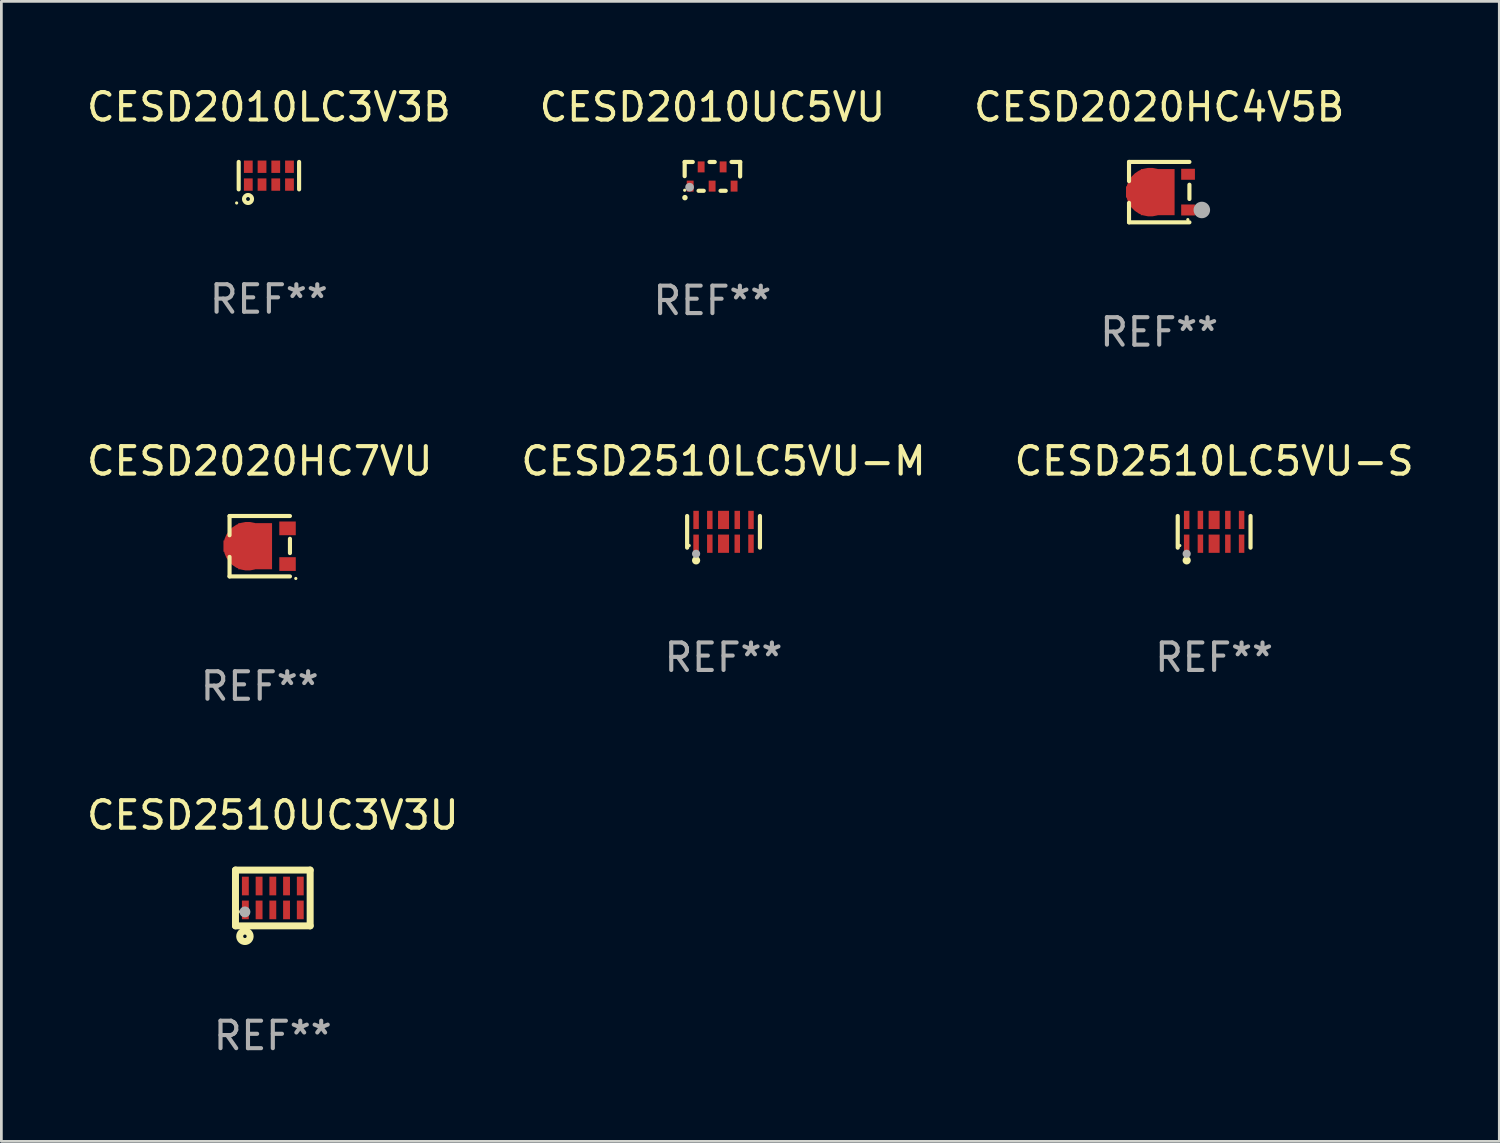
<source format=kicad_pcb>
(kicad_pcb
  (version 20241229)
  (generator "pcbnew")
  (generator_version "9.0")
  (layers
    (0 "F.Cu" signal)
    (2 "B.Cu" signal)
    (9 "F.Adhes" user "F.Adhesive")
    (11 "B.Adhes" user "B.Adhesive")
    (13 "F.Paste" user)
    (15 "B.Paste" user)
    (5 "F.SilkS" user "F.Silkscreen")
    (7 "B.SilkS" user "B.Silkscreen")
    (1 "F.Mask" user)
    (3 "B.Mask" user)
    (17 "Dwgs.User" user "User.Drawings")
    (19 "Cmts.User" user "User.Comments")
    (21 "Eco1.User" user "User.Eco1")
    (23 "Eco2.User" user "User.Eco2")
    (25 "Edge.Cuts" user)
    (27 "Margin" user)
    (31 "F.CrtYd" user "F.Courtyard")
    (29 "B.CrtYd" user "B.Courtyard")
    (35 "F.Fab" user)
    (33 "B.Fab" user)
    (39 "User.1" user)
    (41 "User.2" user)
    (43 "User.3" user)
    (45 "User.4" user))
  (footprint "CESD2020HC7VU"
    (layer "F.Cu")
    (at 6.411 16.845)
    (property "Reference" "CESD2020HC7VU" (at 0 -3.1 0) (layer "F.SilkS") (effects (font (size 1 1) (thickness 0.15))))
    (attr through_hole)
    (fp_line (start -1.1 -1.1) (end -1.1 -0.4) (stroke (width 0.15) (type solid)) (layer "F.SilkS"))
    (fp_line (start -1.1 -1.1) (end 1.1 -1.1) (stroke (width 0.15) (type solid)) (layer "F.SilkS"))
    (fp_line (start -1.1 1.1) (end -1.1 0.39) (stroke (width 0.15) (type solid)) (layer "F.SilkS"))
    (fp_line (start 1.1 -0.27) (end 1.1 0.25) (stroke (width 0.15) (type solid)) (layer "F.SilkS"))
    (fp_line (start 1.1 1.1) (end -1.1 1.1) (stroke (width 0.15) (type solid)) (layer "F.SilkS"))
    (fp_circle (center 1.313 1.175) (end 1.343 1.175) (stroke (width 0.06) (type solid)) (fill no) (layer "F.SilkS"))
    (fp_text user "REF**" (at 0 5.1 0) (layer "F.Fab") (effects (font (size 1 1) (thickness 0.15))))
    (pad "1" smd rect (at 1.012 0.65) (size 0.6 0.5) (layers "F.Cu" "F.Mask" "F.Paste"))
    (pad "2" smd rect (at 1.012 -0.65) (size 0.6 0.5) (layers "F.Cu" "F.Mask" "F.Paste"))
    (pad "3" smd custom (at -0.437 0) (size 1.77 1.68) (layers "F.Cu" "F.Mask" "F.Paste") (options (anchor circle)) (primitives (gr_poly (pts (xy -0.885 -0.21) (xy -0.345 -0.21) (xy -0.345 -0.84) (xy 0.885 -0.84) (xy 0.885 0.84) (xy -0.345 0.84) (xy -0.345 0.2) (xy -0.885 0.2) (xy -0.885 -0.21)) (width 0) (fill yes)))))
  (footprint "CESD2510LC5VU-M"
    (layer "F.Cu")
    (at 23.304 16.321)
    (property "Reference" "CESD2510LC5VU-M" (at 0 -2.576 0) (layer "F.SilkS") (effects (font (size 1 1) (thickness 0.15))))
    (attr through_hole)
    (fp_line (start -1.326 0.576) (end -1.326 -0.576) (stroke (width 0.152) (type solid)) (layer "F.SilkS"))
    (fp_line (start 1.326 0.576) (end 1.326 -0.576) (stroke (width 0.152) (type solid)) (layer "F.SilkS"))
    (fp_circle (center -1.25 0.5) (end -1.22 0.5) (stroke (width 0.06) (type solid)) (fill no) (layer "F.SilkS"))
    (fp_circle (center -1 1.04) (end -0.925 1.04) (stroke (width 0.15) (type solid)) (fill no) (layer "F.SilkS"))
    (fp_circle (center -1 0.8) (end -0.925 0.8) (stroke (width 0.15) (type solid)) (fill no) (layer "F.Fab"))
    (fp_text user "REF**" (at 0 4.576 0) (layer "F.Fab") (effects (font (size 1 1) (thickness 0.15))))
    (pad "1" smd rect (at -1 0.433) (size 0.2 0.665) (layers "F.Cu" "F.Mask" "F.Paste"))
    (pad "2" smd rect (at -0.5 0.433) (size 0.2 0.665) (layers "F.Cu" "F.Mask" "F.Paste"))
    (pad "3" smd rect (at 0 0.433) (size 0.4 0.665) (layers "F.Cu" "F.Mask" "F.Paste"))
    (pad "4" smd rect (at 0.5 0.433) (size 0.2 0.665) (layers "F.Cu" "F.Mask" "F.Paste"))
    (pad "5" smd rect (at 1 0.433) (size 0.2 0.665) (layers "F.Cu" "F.Mask" "F.Paste"))
    (pad "6" smd rect (at 1 -0.433) (size 0.2 0.665) (layers "F.Cu" "F.Mask" "F.Paste"))
    (pad "7" smd rect (at 0.5 -0.433) (size 0.2 0.665) (layers "F.Cu" "F.Mask" "F.Paste"))
    (pad "8" smd rect (at 0 -0.433) (size 0.4 0.665) (layers "F.Cu" "F.Mask" "F.Paste"))
    (pad "9" smd rect (at -0.5 -0.433) (size 0.2 0.665) (layers "F.Cu" "F.Mask" "F.Paste"))
    (pad "10" smd rect (at -1 -0.433) (size 0.2 0.665) (layers "F.Cu" "F.Mask" "F.Paste")))
  (footprint "CESD2510LC5VU-S"
    (layer "F.Cu")
    (at 41.173 16.321)
    (property "Reference" "CESD2510LC5VU-S" (at 0 -2.576 0) (layer "F.SilkS") (effects (font (size 1 1) (thickness 0.15))))
    (attr through_hole)
    (fp_line (start -1.326 0.576) (end -1.326 -0.576) (stroke (width 0.152) (type solid)) (layer "F.SilkS"))
    (fp_line (start 1.326 0.576) (end 1.326 -0.576) (stroke (width 0.152) (type solid)) (layer "F.SilkS"))
    (fp_circle (center -1.25 0.5) (end -1.22 0.5) (stroke (width 0.06) (type solid)) (fill no) (layer "F.SilkS"))
    (fp_circle (center -1 1.04) (end -0.925 1.04) (stroke (width 0.15) (type solid)) (fill no) (layer "F.SilkS"))
    (fp_circle (center -1 0.8) (end -0.925 0.8) (stroke (width 0.15) (type solid)) (fill no) (layer "F.Fab"))
    (fp_text user "REF**" (at 0 4.576 0) (layer "F.Fab") (effects (font (size 1 1) (thickness 0.15))))
    (pad "1" smd rect (at -1 0.433) (size 0.2 0.665) (layers "F.Cu" "F.Mask" "F.Paste"))
    (pad "2" smd rect (at -0.5 0.433) (size 0.2 0.665) (layers "F.Cu" "F.Mask" "F.Paste"))
    (pad "3" smd rect (at 0 0.433) (size 0.4 0.665) (layers "F.Cu" "F.Mask" "F.Paste"))
    (pad "4" smd rect (at 0.5 0.433) (size 0.2 0.665) (layers "F.Cu" "F.Mask" "F.Paste"))
    (pad "5" smd rect (at 1 0.433) (size 0.2 0.665) (layers "F.Cu" "F.Mask" "F.Paste"))
    (pad "6" smd rect (at 1 -0.433) (size 0.2 0.665) (layers "F.Cu" "F.Mask" "F.Paste"))
    (pad "7" smd rect (at 0.5 -0.433) (size 0.2 0.665) (layers "F.Cu" "F.Mask" "F.Paste"))
    (pad "8" smd rect (at 0 -0.433) (size 0.4 0.665) (layers "F.Cu" "F.Mask" "F.Paste"))
    (pad "9" smd rect (at -0.5 -0.433) (size 0.2 0.665) (layers "F.Cu" "F.Mask" "F.Paste"))
    (pad "10" smd rect (at -1 -0.433) (size 0.2 0.665) (layers "F.Cu" "F.Mask" "F.Paste")))
  (footprint "CESD2510UC3V3U"
    (layer "F.Cu")
    (at 6.887 29.657)
    (property "Reference" "CESD2510UC3V3U" (at 0 -3.016 0) (layer "F.SilkS") (effects (font (size 1 1) (thickness 0.15))))
    (attr through_hole)
    (fp_line (start -1.36 1.016) (end 1.36 1.016) (stroke (width 0.254) (type solid)) (layer "F.SilkS"))
    (fp_line (start -1.36 -1.016) (end -1.36 1.016) (stroke (width 0.254) (type solid)) (layer "F.SilkS"))
    (fp_line (start -1.36 -1.016) (end 1.36 -1.016) (stroke (width 0.254) (type solid)) (layer "F.SilkS"))
    (fp_line (start 1.36 -1.016) (end 1.36 1.016) (stroke (width 0.254) (type solid)) (layer "F.SilkS"))
    (fp_circle (center -1.25 0.5) (end -1.22 0.5) (stroke (width 0.06) (type solid)) (fill no) (layer "F.SilkS"))
    (fp_circle (center -1.016 1.397) (end -0.953 1.397) (stroke (width 0.254) (type solid)) (fill no) (layer "F.SilkS"))
    (fp_circle (center -1.016 0.508) (end -0.916 0.508) (stroke (width 0.2) (type solid)) (fill no) (layer "F.Fab"))
    (fp_text user "REF**" (at 0 5.016 0) (layer "F.Fab") (effects (font (size 1 1) (thickness 0.15))))
    (pad "1" smd rect (at -1 0.435) (size 0.25 0.68) (layers "F.Cu" "F.Mask" "F.Paste"))
    (pad "2" smd rect (at -0.5 0.435) (size 0.25 0.68) (layers "F.Cu" "F.Mask" "F.Paste"))
    (pad "3" smd rect (at 0 0.435) (size 0.25 0.68) (layers "F.Cu" "F.Mask" "F.Paste"))
    (pad "4" smd rect (at 0.5 0.435) (size 0.25 0.68) (layers "F.Cu" "F.Mask" "F.Paste"))
    (pad "5" smd rect (at 1 0.435) (size 0.25 0.68) (layers "F.Cu" "F.Mask" "F.Paste"))
    (pad "6" smd rect (at 1 -0.435) (size 0.25 0.68) (layers "F.Cu" "F.Mask" "F.Paste"))
    (pad "7" smd rect (at 0.5 -0.435) (size 0.25 0.68) (layers "F.Cu" "F.Mask" "F.Paste"))
    (pad "8" smd rect (at 0 -0.435) (size 0.25 0.68) (layers "F.Cu" "F.Mask" "F.Paste"))
    (pad "9" smd rect (at -0.5 -0.435) (size 0.25 0.68) (layers "F.Cu" "F.Mask" "F.Paste"))
    (pad "10" smd rect (at -1 -0.435) (size 0.25 0.68) (layers "F.Cu" "F.Mask" "F.Paste")))
  (footprint "CESD2020HC4V5B"
    (layer "F.Cu")
    (at 39.173 3.948)
    (property "Reference" "CESD2020HC4V5B" (at 0 -3.1 0) (layer "F.SilkS") (effects (font (size 1 1) (thickness 0.15))))
    (attr through_hole)
    (fp_line (start -1.1 -1.1) (end -1.1 -0.4) (stroke (width 0.15) (type solid)) (layer "F.SilkS"))
    (fp_line (start -1.1 -1.1) (end 1.1 -1.1) (stroke (width 0.15) (type solid)) (layer "F.SilkS"))
    (fp_line (start -1.1 1.1) (end -1.1 0.39) (stroke (width 0.15) (type solid)) (layer "F.SilkS"))
    (fp_line (start 1.1 -0.27) (end 1.1 0.25) (stroke (width 0.15) (type solid)) (layer "F.SilkS"))
    (fp_line (start 1.1 1.1) (end -1.1 1.1) (stroke (width 0.15) (type solid)) (layer "F.SilkS"))
    (fp_circle (center 1.042 1) (end 1.072 1) (stroke (width 0.06) (type solid)) (fill no) (layer "F.SilkS"))
    (fp_circle (center 1.552 0.65) (end 1.703 0.65) (stroke (width 0.3) (type solid)) (fill no) (layer "F.Fab"))
    (fp_text user "REF**" (at 0 5.1 0) (layer "F.Fab") (effects (font (size 1 1) (thickness 0.15))))
    (pad "1" smd rect (at 1.05 0.65) (size 0.5 0.4) (layers "F.Cu" "F.Mask" "F.Paste"))
    (pad "2" smd rect (at 1.05 -0.65) (size 0.5 0.4) (layers "F.Cu" "F.Mask" "F.Paste"))
    (pad "3" smd custom (at -0.325 0) (size 1.77 1.68) (layers "F.Cu" "F.Mask" "F.Paste") (options (anchor circle)) (primitives (gr_poly (pts (xy -0.885 -0.21) (xy -0.345 -0.21) (xy -0.345 -0.84) (xy 0.885 -0.84) (xy 0.885 0.84) (xy -0.345 0.84) (xy -0.345 0.2) (xy -0.885 0.2) (xy -0.885 -0.21)) (width 0) (fill yes)))))
  (footprint "CESD2010LC3V3B"
    (layer "F.Cu")
    (at 6.744 3.348)
    (property "Reference" "CESD2010LC3V3B" (at 0 -2.5 0) (layer "F.SilkS") (effects (font (size 1 1) (thickness 0.15))))
    (attr through_hole)
    (fp_line (start -1.1 -0.5) (end -1.1 0.5) (stroke (width 0.15) (type solid)) (layer "F.SilkS"))
    (fp_line (start 1.1 -0.5) (end 1.1 0.5) (stroke (width 0.15) (type solid)) (layer "F.SilkS"))
    (fp_circle (center -1.175 0.995) (end -1.145 0.995) (stroke (width 0.06) (type solid)) (fill no) (layer "F.SilkS"))
    (fp_circle (center -0.76 0.85) (end -0.69 0.85) (stroke (width 0.15) (type solid)) (fill no) (layer "F.SilkS"))
    (fp_text user "REF**" (at 0 4.5 0) (layer "F.Fab") (effects (font (size 1 1) (thickness 0.15))))
    (pad "1" smd rect (at -0.75 0.325) (size 0.32 0.45) (layers "F.Cu" "F.Mask" "F.Paste"))
    (pad "2" smd rect (at -0.25 0.325) (size 0.32 0.45) (layers "F.Cu" "F.Mask" "F.Paste"))
    (pad "3" smd rect (at 0.25 0.325) (size 0.32 0.45) (layers "F.Cu" "F.Mask" "F.Paste"))
    (pad "4" smd rect (at 0.75 0.325) (size 0.32 0.45) (layers "F.Cu" "F.Mask" "F.Paste"))
    (pad "5" smd rect (at 0.75 -0.325) (size 0.32 0.45) (layers "F.Cu" "F.Mask" "F.Paste"))
    (pad "6" smd rect (at 0.25 -0.325) (size 0.32 0.45) (layers "F.Cu" "F.Mask" "F.Paste"))
    (pad "7" smd rect (at -0.25 -0.325) (size 0.32 0.45) (layers "F.Cu" "F.Mask" "F.Paste"))
    (pad "8" smd rect (at -0.75 -0.325) (size 0.32 0.45) (layers "F.Cu" "F.Mask" "F.Paste")))
  (footprint "CESD2010UC5VU"
    (layer "F.Cu")
    (at 22.899 3.374)
    (property "Reference" "CESD2010UC5VU" (at 0 -2.525 0) (layer "F.SilkS") (effects (font (size 1 1) (thickness 0.15))))
    (attr through_hole)
    (fp_line (start -1.011 -0.524) (end -1.011 -0.008) (stroke (width 0.152) (type solid)) (layer "F.SilkS"))
    (fp_line (start -1.011 -0.524) (end -0.716 -0.524) (stroke (width 0.152) (type solid)) (layer "F.SilkS"))
    (fp_line (start -0.316 0.525) (end -0.505 0.525) (stroke (width 0.152) (type solid)) (layer "F.SilkS"))
    (fp_line (start -0.105 -0.524) (end 0.084 -0.524) (stroke (width 0.152) (type solid)) (layer "F.SilkS"))
    (fp_line (start 0.484 0.525) (end 0.295 0.525) (stroke (width 0.152) (type solid)) (layer "F.SilkS"))
    (fp_line (start 0.696 -0.525) (end 1.011 -0.525) (stroke (width 0.152) (type solid)) (layer "F.SilkS"))
    (fp_line (start 1.011 -0.525) (end 1.009 0.005) (stroke (width 0.152) (type solid)) (layer "F.SilkS"))
    (fp_circle (center -1.011 0.505) (end -0.981 0.505) (stroke (width 0.06) (type solid)) (fill no) (layer "F.SilkS"))
    (fp_circle (center -1.001 0.775) (end -0.951 0.775) (stroke (width 0.1) (type solid)) (fill no) (layer "F.SilkS"))
    (fp_circle (center -0.831 0.395) (end -0.751 0.395) (stroke (width 0.16) (type solid)) (fill no) (layer "F.Fab"))
    (fp_text user "REF**" (at 0 4.525 0) (layer "F.Fab") (effects (font (size 1 1) (thickness 0.15))))
    (pad "1" smd rect (at -0.81 0.355 90) (size 0.4 0.25) (layers "F.Cu" "F.Mask" "F.Paste"))
    (pad "2" smd rect (at -0.011 0.355 90) (size 0.4 0.25) (layers "F.Cu" "F.Mask" "F.Paste"))
    (pad "3" smd rect (at 0.789 0.355 90) (size 0.4 0.25) (layers "F.Cu" "F.Mask" "F.Paste"))
    (pad "4" smd rect (at 0.39 -0.345 90) (size 0.4 0.25) (layers "F.Cu" "F.Mask" "F.Paste"))
    (pad "5" smd rect (at -0.411 -0.345 90) (size 0.4 0.25) (layers "F.Cu" "F.Mask" "F.Paste")))
  (gr_rect
    (start -3 -3)
    (end 51.56 38.522)
    (stroke (width 0.1) (type default))
    (fill no)
    (layer "Edge.Cuts")))
</source>
